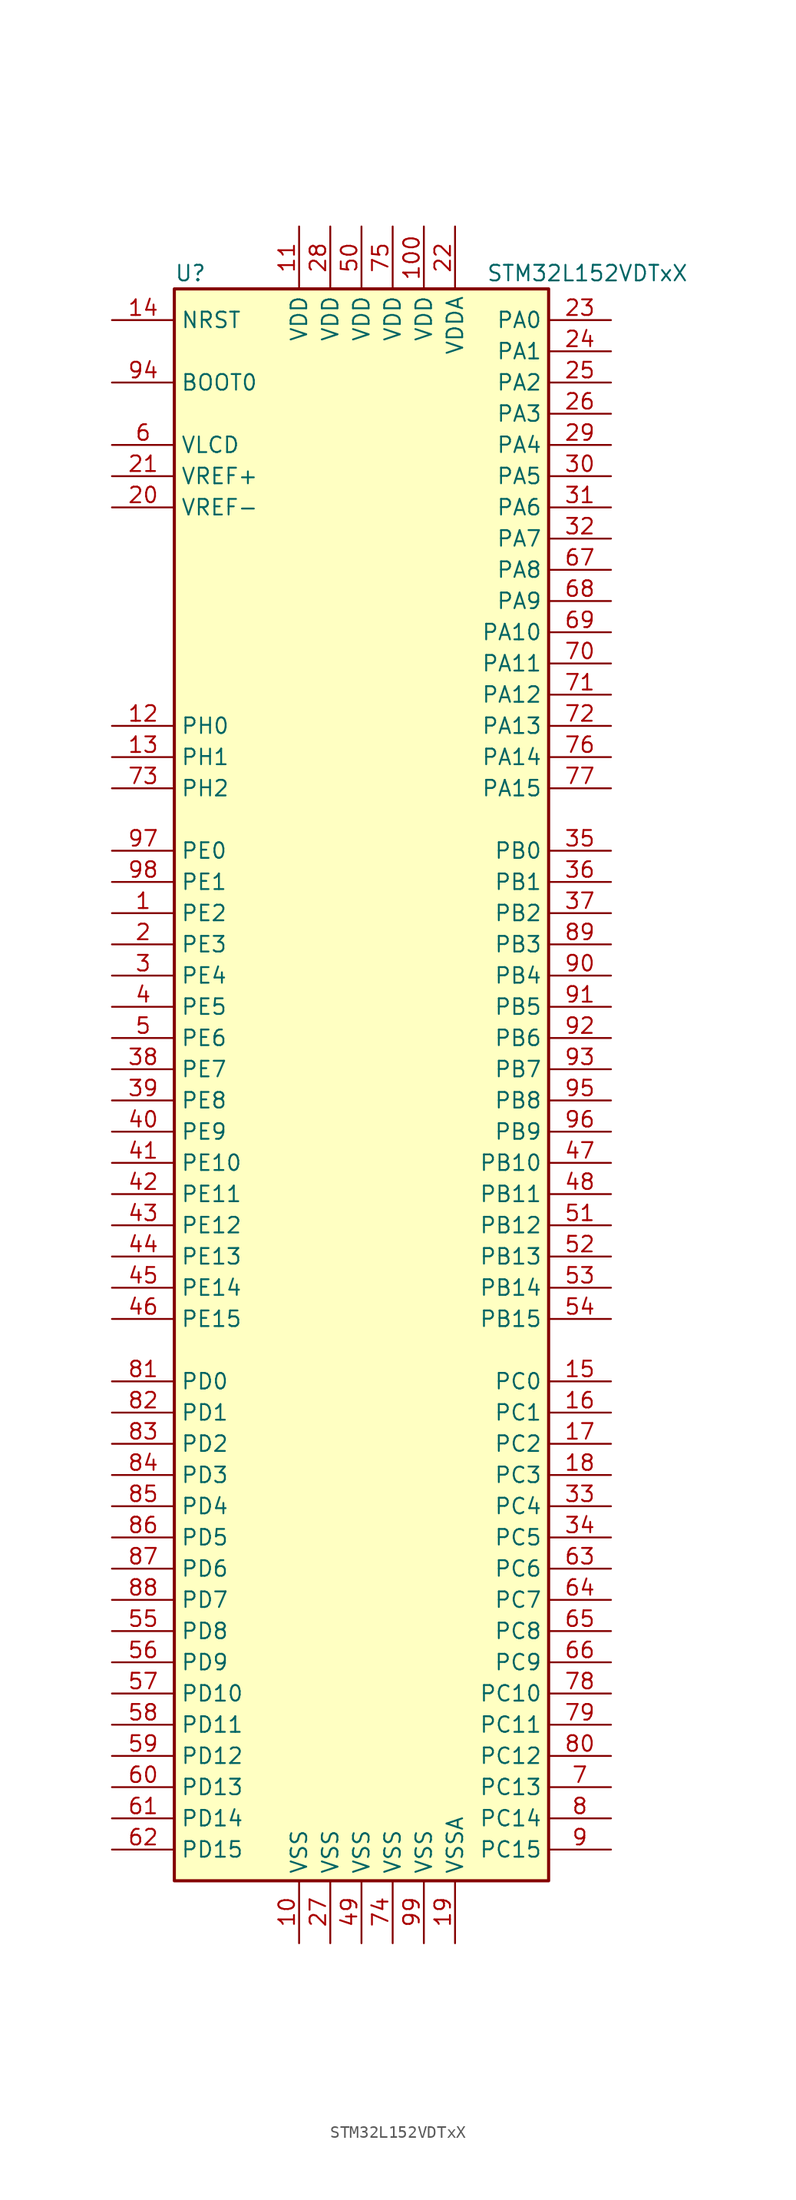
<source format=kicad_sym>
(kicad_symbol_lib
  (version 20201005)
  (generator kicad_symbol_editor)
  (symbol "STM32L152VDTxX"
    (property "Reference" "U"
      (at -15.24 64.77 0)
      (effects (font (size 1.27 1.27)) (justify left)))
    (property "Value" "STM32L152VDTxX"
      (at 10.16 64.77 0)
      (effects (font (size 1.27 1.27)) (justify left)))
    (symbol "STM32L152VDTxX_0_1"
      (rectangle (start -15.24 -66.04) (end 15.24 63.5) (stroke (width 0.254)) (fill (type background))))
    (symbol "STM32L152VDTxX_1_1"
      (pin bidirectional line (at -20.32 12.7 0) (length 5.08) (name "PE2" (effects (font (size 1.27 1.27)))) (number "1" (effects (font (size 1.27 1.27)))))
      (pin power_in line (at -5.08 -71.12 90) (length 5.08) (name "VSS" (effects (font (size 1.27 1.27)))) (number "10" (effects (font (size 1.27 1.27)))))
      (pin power_in line (at 5.08 68.58 270) (length 5.08) (name "VDD" (effects (font (size 1.27 1.27)))) (number "100" (effects (font (size 1.27 1.27)))))
      (pin power_in line (at -5.08 68.58 270) (length 5.08) (name "VDD" (effects (font (size 1.27 1.27)))) (number "11" (effects (font (size 1.27 1.27)))))
      (pin input line (at -20.32 27.94 0) (length 5.08) (name "PH0" (effects (font (size 1.27 1.27)))) (number "12" (effects (font (size 1.27 1.27)))))
      (pin input line (at -20.32 25.4 0) (length 5.08) (name "PH1" (effects (font (size 1.27 1.27)))) (number "13" (effects (font (size 1.27 1.27)))))
      (pin input line (at -20.32 60.96 0) (length 5.08) (name "NRST" (effects (font (size 1.27 1.27)))) (number "14" (effects (font (size 1.27 1.27)))))
      (pin bidirectional line (at 20.32 -25.4 180) (length 5.08) (name "PC0" (effects (font (size 1.27 1.27)))) (number "15" (effects (font (size 1.27 1.27)))))
      (pin bidirectional line (at 20.32 -27.94 180) (length 5.08) (name "PC1" (effects (font (size 1.27 1.27)))) (number "16" (effects (font (size 1.27 1.27)))))
      (pin bidirectional line (at 20.32 -30.48 180) (length 5.08) (name "PC2" (effects (font (size 1.27 1.27)))) (number "17" (effects (font (size 1.27 1.27)))))
      (pin bidirectional line (at 20.32 -33.02 180) (length 5.08) (name "PC3" (effects (font (size 1.27 1.27)))) (number "18" (effects (font (size 1.27 1.27)))))
      (pin power_in line (at 7.62 -71.12 90) (length 5.08) (name "VSSA" (effects (font (size 1.27 1.27)))) (number "19" (effects (font (size 1.27 1.27)))))
      (pin bidirectional line (at -20.32 10.16 0) (length 5.08) (name "PE3" (effects (font (size 1.27 1.27)))) (number "2" (effects (font (size 1.27 1.27)))))
      (pin power_in line (at -20.32 45.72 0) (length 5.08) (name "VREF-" (effects (font (size 1.27 1.27)))) (number "20" (effects (font (size 1.27 1.27)))))
      (pin power_in line (at -20.32 48.26 0) (length 5.08) (name "VREF+" (effects (font (size 1.27 1.27)))) (number "21" (effects (font (size 1.27 1.27)))))
      (pin power_in line (at 7.62 68.58 270) (length 5.08) (name "VDDA" (effects (font (size 1.27 1.27)))) (number "22" (effects (font (size 1.27 1.27)))))
      (pin bidirectional line (at 20.32 60.96 180) (length 5.08) (name "PA0" (effects (font (size 1.27 1.27)))) (number "23" (effects (font (size 1.27 1.27)))))
      (pin bidirectional line (at 20.32 58.42 180) (length 5.08) (name "PA1" (effects (font (size 1.27 1.27)))) (number "24" (effects (font (size 1.27 1.27)))))
      (pin bidirectional line (at 20.32 55.88 180) (length 5.08) (name "PA2" (effects (font (size 1.27 1.27)))) (number "25" (effects (font (size 1.27 1.27)))))
      (pin bidirectional line (at 20.32 53.34 180) (length 5.08) (name "PA3" (effects (font (size 1.27 1.27)))) (number "26" (effects (font (size 1.27 1.27)))))
      (pin power_in line (at -2.54 -71.12 90) (length 5.08) (name "VSS" (effects (font (size 1.27 1.27)))) (number "27" (effects (font (size 1.27 1.27)))))
      (pin power_in line (at -2.54 68.58 270) (length 5.08) (name "VDD" (effects (font (size 1.27 1.27)))) (number "28" (effects (font (size 1.27 1.27)))))
      (pin bidirectional line (at 20.32 50.8 180) (length 5.08) (name "PA4" (effects (font (size 1.27 1.27)))) (number "29" (effects (font (size 1.27 1.27)))))
      (pin bidirectional line (at -20.32 7.62 0) (length 5.08) (name "PE4" (effects (font (size 1.27 1.27)))) (number "3" (effects (font (size 1.27 1.27)))))
      (pin bidirectional line (at 20.32 48.26 180) (length 5.08) (name "PA5" (effects (font (size 1.27 1.27)))) (number "30" (effects (font (size 1.27 1.27)))))
      (pin bidirectional line (at 20.32 45.72 180) (length 5.08) (name "PA6" (effects (font (size 1.27 1.27)))) (number "31" (effects (font (size 1.27 1.27)))))
      (pin bidirectional line (at 20.32 43.18 180) (length 5.08) (name "PA7" (effects (font (size 1.27 1.27)))) (number "32" (effects (font (size 1.27 1.27)))))
      (pin bidirectional line (at 20.32 -35.56 180) (length 5.08) (name "PC4" (effects (font (size 1.27 1.27)))) (number "33" (effects (font (size 1.27 1.27)))))
      (pin bidirectional line (at 20.32 -38.1 180) (length 5.08) (name "PC5" (effects (font (size 1.27 1.27)))) (number "34" (effects (font (size 1.27 1.27)))))
      (pin bidirectional line (at 20.32 17.78 180) (length 5.08) (name "PB0" (effects (font (size 1.27 1.27)))) (number "35" (effects (font (size 1.27 1.27)))))
      (pin bidirectional line (at 20.32 15.24 180) (length 5.08) (name "PB1" (effects (font (size 1.27 1.27)))) (number "36" (effects (font (size 1.27 1.27)))))
      (pin bidirectional line (at 20.32 12.7 180) (length 5.08) (name "PB2" (effects (font (size 1.27 1.27)))) (number "37" (effects (font (size 1.27 1.27)))))
      (pin bidirectional line (at -20.32 0 0) (length 5.08) (name "PE7" (effects (font (size 1.27 1.27)))) (number "38" (effects (font (size 1.27 1.27)))))
      (pin bidirectional line (at -20.32 -2.54 0) (length 5.08) (name "PE8" (effects (font (size 1.27 1.27)))) (number "39" (effects (font (size 1.27 1.27)))))
      (pin bidirectional line (at -20.32 5.08 0) (length 5.08) (name "PE5" (effects (font (size 1.27 1.27)))) (number "4" (effects (font (size 1.27 1.27)))))
      (pin bidirectional line (at -20.32 -5.08 0) (length 5.08) (name "PE9" (effects (font (size 1.27 1.27)))) (number "40" (effects (font (size 1.27 1.27)))))
      (pin bidirectional line (at -20.32 -7.62 0) (length 5.08) (name "PE10" (effects (font (size 1.27 1.27)))) (number "41" (effects (font (size 1.27 1.27)))))
      (pin bidirectional line (at -20.32 -10.16 0) (length 5.08) (name "PE11" (effects (font (size 1.27 1.27)))) (number "42" (effects (font (size 1.27 1.27)))))
      (pin bidirectional line (at -20.32 -12.7 0) (length 5.08) (name "PE12" (effects (font (size 1.27 1.27)))) (number "43" (effects (font (size 1.27 1.27)))))
      (pin bidirectional line (at -20.32 -15.24 0) (length 5.08) (name "PE13" (effects (font (size 1.27 1.27)))) (number "44" (effects (font (size 1.27 1.27)))))
      (pin bidirectional line (at -20.32 -17.78 0) (length 5.08) (name "PE14" (effects (font (size 1.27 1.27)))) (number "45" (effects (font (size 1.27 1.27)))))
      (pin bidirectional line (at -20.32 -20.32 0) (length 5.08) (name "PE15" (effects (font (size 1.27 1.27)))) (number "46" (effects (font (size 1.27 1.27)))))
      (pin bidirectional line (at 20.32 -7.62 180) (length 5.08) (name "PB10" (effects (font (size 1.27 1.27)))) (number "47" (effects (font (size 1.27 1.27)))))
      (pin bidirectional line (at 20.32 -10.16 180) (length 5.08) (name "PB11" (effects (font (size 1.27 1.27)))) (number "48" (effects (font (size 1.27 1.27)))))
      (pin power_in line (at 0 -71.12 90) (length 5.08) (name "VSS" (effects (font (size 1.27 1.27)))) (number "49" (effects (font (size 1.27 1.27)))))
      (pin bidirectional line (at -20.32 2.54 0) (length 5.08) (name "PE6" (effects (font (size 1.27 1.27)))) (number "5" (effects (font (size 1.27 1.27)))))
      (pin power_in line (at 0 68.58 270) (length 5.08) (name "VDD" (effects (font (size 1.27 1.27)))) (number "50" (effects (font (size 1.27 1.27)))))
      (pin bidirectional line (at 20.32 -12.7 180) (length 5.08) (name "PB12" (effects (font (size 1.27 1.27)))) (number "51" (effects (font (size 1.27 1.27)))))
      (pin bidirectional line (at 20.32 -15.24 180) (length 5.08) (name "PB13" (effects (font (size 1.27 1.27)))) (number "52" (effects (font (size 1.27 1.27)))))
      (pin bidirectional line (at 20.32 -17.78 180) (length 5.08) (name "PB14" (effects (font (size 1.27 1.27)))) (number "53" (effects (font (size 1.27 1.27)))))
      (pin bidirectional line (at 20.32 -20.32 180) (length 5.08) (name "PB15" (effects (font (size 1.27 1.27)))) (number "54" (effects (font (size 1.27 1.27)))))
      (pin bidirectional line (at -20.32 -45.72 0) (length 5.08) (name "PD8" (effects (font (size 1.27 1.27)))) (number "55" (effects (font (size 1.27 1.27)))))
      (pin bidirectional line (at -20.32 -48.26 0) (length 5.08) (name "PD9" (effects (font (size 1.27 1.27)))) (number "56" (effects (font (size 1.27 1.27)))))
      (pin bidirectional line (at -20.32 -50.8 0) (length 5.08) (name "PD10" (effects (font (size 1.27 1.27)))) (number "57" (effects (font (size 1.27 1.27)))))
      (pin bidirectional line (at -20.32 -53.34 0) (length 5.08) (name "PD11" (effects (font (size 1.27 1.27)))) (number "58" (effects (font (size 1.27 1.27)))))
      (pin bidirectional line (at -20.32 -55.88 0) (length 5.08) (name "PD12" (effects (font (size 1.27 1.27)))) (number "59" (effects (font (size 1.27 1.27)))))
      (pin power_in line (at -20.32 50.8 0) (length 5.08) (name "VLCD" (effects (font (size 1.27 1.27)))) (number "6" (effects (font (size 1.27 1.27)))))
      (pin bidirectional line (at -20.32 -58.42 0) (length 5.08) (name "PD13" (effects (font (size 1.27 1.27)))) (number "60" (effects (font (size 1.27 1.27)))))
      (pin bidirectional line (at -20.32 -60.96 0) (length 5.08) (name "PD14" (effects (font (size 1.27 1.27)))) (number "61" (effects (font (size 1.27 1.27)))))
      (pin bidirectional line (at -20.32 -63.5 0) (length 5.08) (name "PD15" (effects (font (size 1.27 1.27)))) (number "62" (effects (font (size 1.27 1.27)))))
      (pin bidirectional line (at 20.32 -40.64 180) (length 5.08) (name "PC6" (effects (font (size 1.27 1.27)))) (number "63" (effects (font (size 1.27 1.27)))))
      (pin bidirectional line (at 20.32 -43.18 180) (length 5.08) (name "PC7" (effects (font (size 1.27 1.27)))) (number "64" (effects (font (size 1.27 1.27)))))
      (pin bidirectional line (at 20.32 -45.72 180) (length 5.08) (name "PC8" (effects (font (size 1.27 1.27)))) (number "65" (effects (font (size 1.27 1.27)))))
      (pin bidirectional line (at 20.32 -48.26 180) (length 5.08) (name "PC9" (effects (font (size 1.27 1.27)))) (number "66" (effects (font (size 1.27 1.27)))))
      (pin bidirectional line (at 20.32 40.64 180) (length 5.08) (name "PA8" (effects (font (size 1.27 1.27)))) (number "67" (effects (font (size 1.27 1.27)))))
      (pin bidirectional line (at 20.32 38.1 180) (length 5.08) (name "PA9" (effects (font (size 1.27 1.27)))) (number "68" (effects (font (size 1.27 1.27)))))
      (pin bidirectional line (at 20.32 35.56 180) (length 5.08) (name "PA10" (effects (font (size 1.27 1.27)))) (number "69" (effects (font (size 1.27 1.27)))))
      (pin bidirectional line (at 20.32 -58.42 180) (length 5.08) (name "PC13" (effects (font (size 1.27 1.27)))) (number "7" (effects (font (size 1.27 1.27)))))
      (pin bidirectional line (at 20.32 33.02 180) (length 5.08) (name "PA11" (effects (font (size 1.27 1.27)))) (number "70" (effects (font (size 1.27 1.27)))))
      (pin bidirectional line (at 20.32 30.48 180) (length 5.08) (name "PA12" (effects (font (size 1.27 1.27)))) (number "71" (effects (font (size 1.27 1.27)))))
      (pin bidirectional line (at 20.32 27.94 180) (length 5.08) (name "PA13" (effects (font (size 1.27 1.27)))) (number "72" (effects (font (size 1.27 1.27)))))
      (pin bidirectional line (at -20.32 22.86 0) (length 5.08) (name "PH2" (effects (font (size 1.27 1.27)))) (number "73" (effects (font (size 1.27 1.27)))))
      (pin power_in line (at 2.54 -71.12 90) (length 5.08) (name "VSS" (effects (font (size 1.27 1.27)))) (number "74" (effects (font (size 1.27 1.27)))))
      (pin power_in line (at 2.54 68.58 270) (length 5.08) (name "VDD" (effects (font (size 1.27 1.27)))) (number "75" (effects (font (size 1.27 1.27)))))
      (pin bidirectional line (at 20.32 25.4 180) (length 5.08) (name "PA14" (effects (font (size 1.27 1.27)))) (number "76" (effects (font (size 1.27 1.27)))))
      (pin bidirectional line (at 20.32 22.86 180) (length 5.08) (name "PA15" (effects (font (size 1.27 1.27)))) (number "77" (effects (font (size 1.27 1.27)))))
      (pin bidirectional line (at 20.32 -50.8 180) (length 5.08) (name "PC10" (effects (font (size 1.27 1.27)))) (number "78" (effects (font (size 1.27 1.27)))))
      (pin bidirectional line (at 20.32 -53.34 180) (length 5.08) (name "PC11" (effects (font (size 1.27 1.27)))) (number "79" (effects (font (size 1.27 1.27)))))
      (pin bidirectional line (at 20.32 -60.96 180) (length 5.08) (name "PC14" (effects (font (size 1.27 1.27)))) (number "8" (effects (font (size 1.27 1.27)))))
      (pin bidirectional line (at 20.32 -55.88 180) (length 5.08) (name "PC12" (effects (font (size 1.27 1.27)))) (number "80" (effects (font (size 1.27 1.27)))))
      (pin bidirectional line (at -20.32 -25.4 0) (length 5.08) (name "PD0" (effects (font (size 1.27 1.27)))) (number "81" (effects (font (size 1.27 1.27)))))
      (pin bidirectional line (at -20.32 -27.94 0) (length 5.08) (name "PD1" (effects (font (size 1.27 1.27)))) (number "82" (effects (font (size 1.27 1.27)))))
      (pin bidirectional line (at -20.32 -30.48 0) (length 5.08) (name "PD2" (effects (font (size 1.27 1.27)))) (number "83" (effects (font (size 1.27 1.27)))))
      (pin bidirectional line (at -20.32 -33.02 0) (length 5.08) (name "PD3" (effects (font (size 1.27 1.27)))) (number "84" (effects (font (size 1.27 1.27)))))
      (pin bidirectional line (at -20.32 -35.56 0) (length 5.08) (name "PD4" (effects (font (size 1.27 1.27)))) (number "85" (effects (font (size 1.27 1.27)))))
      (pin bidirectional line (at -20.32 -38.1 0) (length 5.08) (name "PD5" (effects (font (size 1.27 1.27)))) (number "86" (effects (font (size 1.27 1.27)))))
      (pin bidirectional line (at -20.32 -40.64 0) (length 5.08) (name "PD6" (effects (font (size 1.27 1.27)))) (number "87" (effects (font (size 1.27 1.27)))))
      (pin bidirectional line (at -20.32 -43.18 0) (length 5.08) (name "PD7" (effects (font (size 1.27 1.27)))) (number "88" (effects (font (size 1.27 1.27)))))
      (pin bidirectional line (at 20.32 10.16 180) (length 5.08) (name "PB3" (effects (font (size 1.27 1.27)))) (number "89" (effects (font (size 1.27 1.27)))))
      (pin bidirectional line (at 20.32 -63.5 180) (length 5.08) (name "PC15" (effects (font (size 1.27 1.27)))) (number "9" (effects (font (size 1.27 1.27)))))
      (pin bidirectional line (at 20.32 7.62 180) (length 5.08) (name "PB4" (effects (font (size 1.27 1.27)))) (number "90" (effects (font (size 1.27 1.27)))))
      (pin bidirectional line (at 20.32 5.08 180) (length 5.08) (name "PB5" (effects (font (size 1.27 1.27)))) (number "91" (effects (font (size 1.27 1.27)))))
      (pin bidirectional line (at 20.32 2.54 180) (length 5.08) (name "PB6" (effects (font (size 1.27 1.27)))) (number "92" (effects (font (size 1.27 1.27)))))
      (pin bidirectional line (at 20.32 0 180) (length 5.08) (name "PB7" (effects (font (size 1.27 1.27)))) (number "93" (effects (font (size 1.27 1.27)))))
      (pin input line (at -20.32 55.88 0) (length 5.08) (name "BOOT0" (effects (font (size 1.27 1.27)))) (number "94" (effects (font (size 1.27 1.27)))))
      (pin bidirectional line (at 20.32 -2.54 180) (length 5.08) (name "PB8" (effects (font (size 1.27 1.27)))) (number "95" (effects (font (size 1.27 1.27)))))
      (pin bidirectional line (at 20.32 -5.08 180) (length 5.08) (name "PB9" (effects (font (size 1.27 1.27)))) (number "96" (effects (font (size 1.27 1.27)))))
      (pin bidirectional line (at -20.32 17.78 0) (length 5.08) (name "PE0" (effects (font (size 1.27 1.27)))) (number "97" (effects (font (size 1.27 1.27)))))
      (pin bidirectional line (at -20.32 15.24 0) (length 5.08) (name "PE1" (effects (font (size 1.27 1.27)))) (number "98" (effects (font (size 1.27 1.27)))))
      (pin power_in line (at 5.08 -71.12 90) (length 5.08) (name "VSS" (effects (font (size 1.27 1.27)))) (number "99" (effects (font (size 1.27 1.27))))))))
</source>
